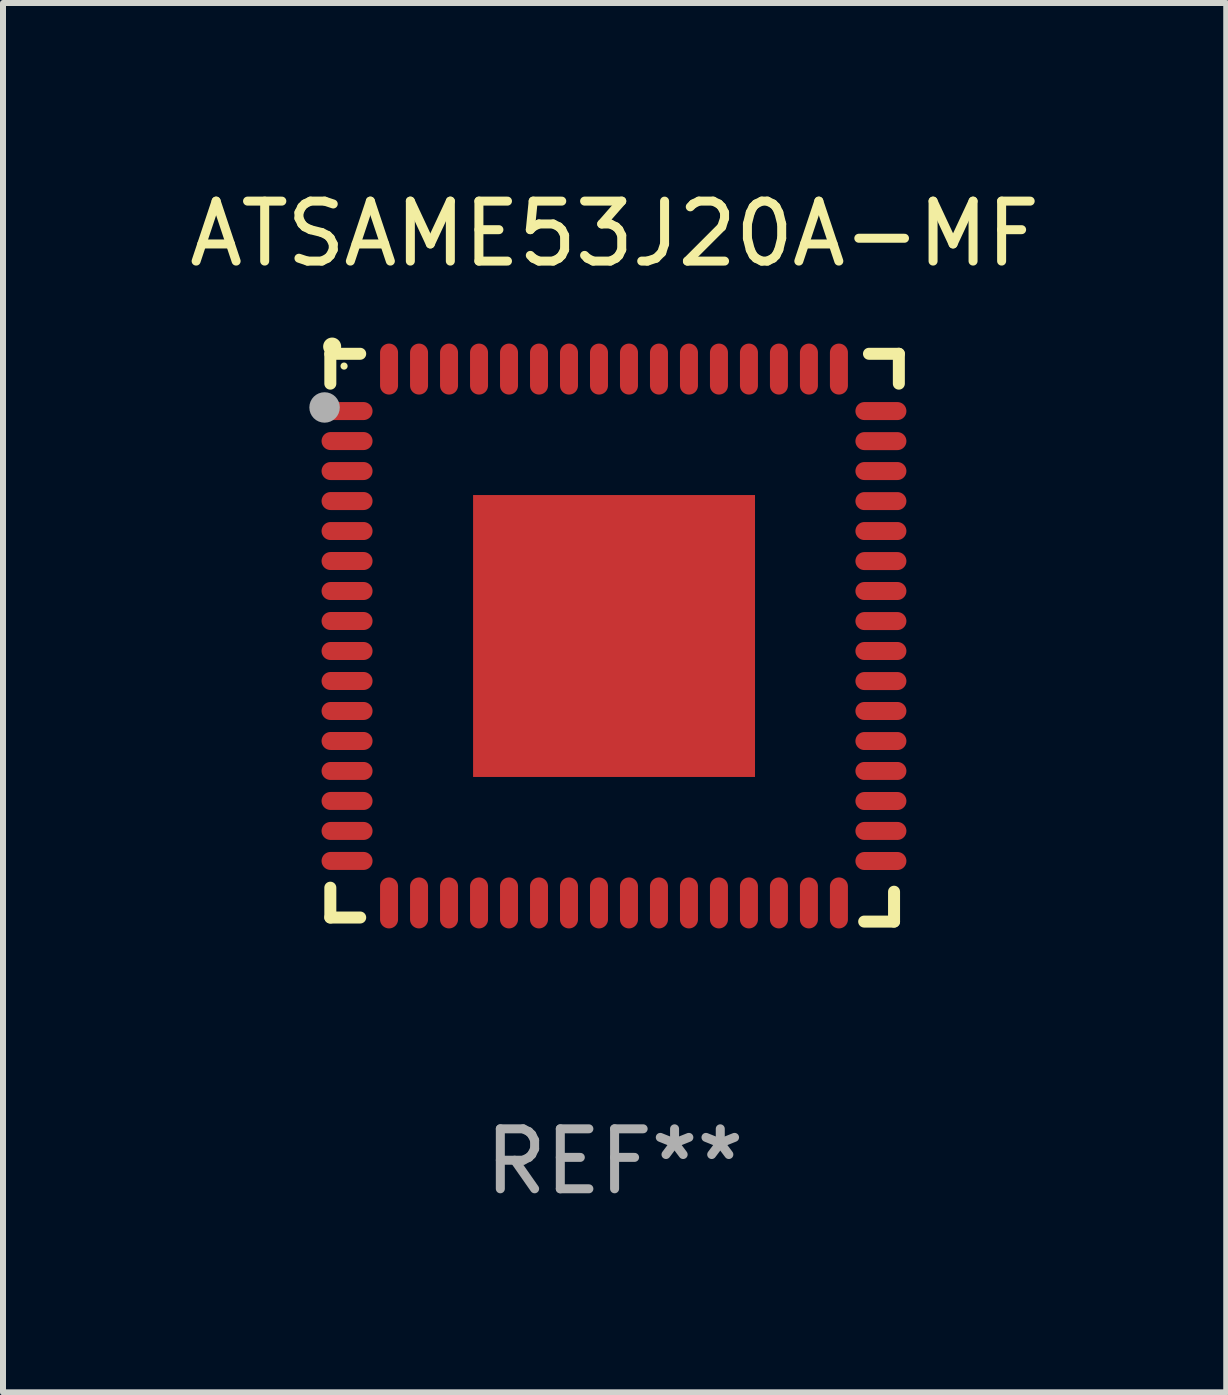
<source format=kicad_pcb>
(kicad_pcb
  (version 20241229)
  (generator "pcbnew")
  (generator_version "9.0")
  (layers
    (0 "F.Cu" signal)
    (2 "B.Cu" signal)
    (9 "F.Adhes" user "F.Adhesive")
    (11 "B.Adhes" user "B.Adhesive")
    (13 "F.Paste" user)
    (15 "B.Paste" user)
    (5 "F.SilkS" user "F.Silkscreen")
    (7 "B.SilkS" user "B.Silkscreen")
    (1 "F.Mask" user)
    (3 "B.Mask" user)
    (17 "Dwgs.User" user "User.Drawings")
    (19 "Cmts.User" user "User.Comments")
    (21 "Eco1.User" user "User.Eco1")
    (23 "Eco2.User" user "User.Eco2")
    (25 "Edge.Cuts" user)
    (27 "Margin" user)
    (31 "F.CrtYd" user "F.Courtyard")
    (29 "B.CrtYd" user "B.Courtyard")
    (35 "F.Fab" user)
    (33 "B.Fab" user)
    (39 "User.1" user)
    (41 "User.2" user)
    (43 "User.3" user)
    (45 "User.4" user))
  (footprint "ATSAME53J20A-MF"
    (layer "F.Cu")
    (at 7.196 7.581)
    (property "Reference" "ATSAME53J20A-MF" (at 0 -6.733 0) (layer "F.SilkS") (effects (font (size 1 1) (thickness 0.15))))
    (attr through_hole)
    (fp_line (start -4.739 -4.733) (end -4.241 -4.733) (stroke (width 0.2) (type solid)) (layer "F.SilkS"))
    (fp_line (start -4.739 -4.235) (end -4.739 -4.733) (stroke (width 0.2) (type solid)) (layer "F.SilkS"))
    (fp_line (start -4.739 4.168) (end -4.739 4.665) (stroke (width 0.2) (type solid)) (layer "F.SilkS"))
    (fp_line (start -4.739 4.665) (end -4.241 4.665) (stroke (width 0.2) (type solid)) (layer "F.SilkS"))
    (fp_line (start 4.161 4.733) (end 4.659 4.733) (stroke (width 0.2) (type solid)) (layer "F.SilkS"))
    (fp_line (start 4.241 -4.733) (end 4.739 -4.733) (stroke (width 0.2) (type solid)) (layer "F.SilkS"))
    (fp_line (start 4.659 4.733) (end 4.659 4.235) (stroke (width 0.2) (type solid)) (layer "F.SilkS"))
    (fp_line (start 4.739 -4.733) (end 4.739 -4.235) (stroke (width 0.2) (type solid)) (layer "F.SilkS"))
    (fp_arc (start -4.708623 -4.85108) (mid -4.708628 -4.85235) (end -4.708623 -4.85362) (stroke (width 0.3) (type solid)) (layer "F.SilkS"))
    (fp_circle (center -4.51 -4.528) (end -4.48 -4.528) (stroke (width 0.06) (type solid)) (fill no) (layer "F.SilkS"))
    (fp_circle (center -4.835 -3.838) (end -4.708 -3.838) (stroke (width 0.254) (type solid)) (fill no) (layer "F.Fab"))
    (fp_text user "REF**" (at 0 8.733 0) (layer "F.Fab") (effects (font (size 1 1) (thickness 0.15))))
    (pad "1" smd oval (at -4.46 -3.778) (size 0.85 0.3) (layers "F.Cu" "F.Mask" "F.Paste"))
    (pad "2" smd oval (at -4.46 -3.278) (size 0.85 0.3) (layers "F.Cu" "F.Mask" "F.Paste"))
    (pad "3" smd oval (at -4.46 -2.778) (size 0.85 0.3) (layers "F.Cu" "F.Mask" "F.Paste"))
    (pad "4" smd oval (at -4.46 -2.278) (size 0.85 0.3) (layers "F.Cu" "F.Mask" "F.Paste"))
    (pad "5" smd oval (at -4.46 -1.778) (size 0.85 0.3) (layers "F.Cu" "F.Mask" "F.Paste"))
    (pad "6" smd oval (at -4.46 -1.278) (size 0.85 0.3) (layers "F.Cu" "F.Mask" "F.Paste"))
    (pad "7" smd oval (at -4.46 -0.778) (size 0.85 0.3) (layers "F.Cu" "F.Mask" "F.Paste"))
    (pad "8" smd oval (at -4.46 -0.278) (size 0.85 0.3) (layers "F.Cu" "F.Mask" "F.Paste"))
    (pad "9" smd oval (at -4.46 0.222) (size 0.85 0.3) (layers "F.Cu" "F.Mask" "F.Paste"))
    (pad "10" smd oval (at -4.46 0.722) (size 0.85 0.3) (layers "F.Cu" "F.Mask" "F.Paste"))
    (pad "11" smd oval (at -4.46 1.222) (size 0.85 0.3) (layers "F.Cu" "F.Mask" "F.Paste"))
    (pad "12" smd oval (at -4.46 1.722) (size 0.85 0.3) (layers "F.Cu" "F.Mask" "F.Paste"))
    (pad "13" smd oval (at -4.46 2.222) (size 0.85 0.3) (layers "F.Cu" "F.Mask" "F.Paste"))
    (pad "14" smd oval (at -4.46 2.722) (size 0.85 0.3) (layers "F.Cu" "F.Mask" "F.Paste"))
    (pad "15" smd oval (at -4.46 3.222) (size 0.85 0.3) (layers "F.Cu" "F.Mask" "F.Paste"))
    (pad "16" smd oval (at -4.46 3.722) (size 0.85 0.3) (layers "F.Cu" "F.Mask" "F.Paste"))
    (pad "17" smd oval (at -3.76 4.422) (size 0.3 0.85) (layers "F.Cu" "F.Mask" "F.Paste"))
    (pad "18" smd oval (at -3.26 4.422) (size 0.3 0.85) (layers "F.Cu" "F.Mask" "F.Paste"))
    (pad "19" smd oval (at -2.76 4.422) (size 0.3 0.85) (layers "F.Cu" "F.Mask" "F.Paste"))
    (pad "20" smd oval (at -2.26 4.422) (size 0.3 0.85) (layers "F.Cu" "F.Mask" "F.Paste"))
    (pad "21" smd oval (at -1.76 4.422) (size 0.3 0.85) (layers "F.Cu" "F.Mask" "F.Paste"))
    (pad "22" smd oval (at -1.26 4.422) (size 0.3 0.85) (layers "F.Cu" "F.Mask" "F.Paste"))
    (pad "23" smd oval (at -0.76 4.422) (size 0.3 0.85) (layers "F.Cu" "F.Mask" "F.Paste"))
    (pad "24" smd oval (at -0.26 4.422) (size 0.3 0.85) (layers "F.Cu" "F.Mask" "F.Paste"))
    (pad "25" smd oval (at 0.24 4.422) (size 0.3 0.85) (layers "F.Cu" "F.Mask" "F.Paste"))
    (pad "26" smd oval (at 0.74 4.422) (size 0.3 0.85) (layers "F.Cu" "F.Mask" "F.Paste"))
    (pad "27" smd oval (at 1.24 4.422) (size 0.3 0.85) (layers "F.Cu" "F.Mask" "F.Paste"))
    (pad "28" smd oval (at 1.74 4.422) (size 0.3 0.85) (layers "F.Cu" "F.Mask" "F.Paste"))
    (pad "29" smd oval (at 2.24 4.422) (size 0.3 0.85) (layers "F.Cu" "F.Mask" "F.Paste"))
    (pad "30" smd oval (at 2.74 4.422) (size 0.3 0.85) (layers "F.Cu" "F.Mask" "F.Paste"))
    (pad "31" smd oval (at 3.24 4.422) (size 0.3 0.85) (layers "F.Cu" "F.Mask" "F.Paste"))
    (pad "32" smd oval (at 3.74 4.422) (size 0.3 0.85) (layers "F.Cu" "F.Mask" "F.Paste"))
    (pad "33" smd oval (at 4.44 3.723) (size 0.85 0.3) (layers "F.Cu" "F.Mask" "F.Paste"))
    (pad "34" smd oval (at 4.44 3.222) (size 0.85 0.3) (layers "F.Cu" "F.Mask" "F.Paste"))
    (pad "35" smd oval (at 4.44 2.723) (size 0.85 0.3) (layers "F.Cu" "F.Mask" "F.Paste"))
    (pad "36" smd oval (at 4.44 2.222) (size 0.85 0.3) (layers "F.Cu" "F.Mask" "F.Paste"))
    (pad "37" smd oval (at 4.44 1.723) (size 0.85 0.3) (layers "F.Cu" "F.Mask" "F.Paste"))
    (pad "38" smd oval (at 4.44 1.222) (size 0.85 0.3) (layers "F.Cu" "F.Mask" "F.Paste"))
    (pad "39" smd oval (at 4.44 0.723) (size 0.85 0.3) (layers "F.Cu" "F.Mask" "F.Paste"))
    (pad "40" smd oval (at 4.44 0.222) (size 0.85 0.3) (layers "F.Cu" "F.Mask" "F.Paste"))
    (pad "41" smd oval (at 4.44 -0.277) (size 0.85 0.3) (layers "F.Cu" "F.Mask" "F.Paste"))
    (pad "42" smd oval (at 4.44 -0.778) (size 0.85 0.3) (layers "F.Cu" "F.Mask" "F.Paste"))
    (pad "43" smd oval (at 4.44 -1.277) (size 0.85 0.3) (layers "F.Cu" "F.Mask" "F.Paste"))
    (pad "44" smd oval (at 4.44 -1.778) (size 0.85 0.3) (layers "F.Cu" "F.Mask" "F.Paste"))
    (pad "45" smd oval (at 4.44 -2.277) (size 0.85 0.3) (layers "F.Cu" "F.Mask" "F.Paste"))
    (pad "46" smd oval (at 4.44 -2.778) (size 0.85 0.3) (layers "F.Cu" "F.Mask" "F.Paste"))
    (pad "47" smd oval (at 4.44 -3.277) (size 0.85 0.3) (layers "F.Cu" "F.Mask" "F.Paste"))
    (pad "48" smd oval (at 4.44 -3.778) (size 0.85 0.3) (layers "F.Cu" "F.Mask" "F.Paste"))
    (pad "49" smd oval (at 3.74 -4.478) (size 0.3 0.85) (layers "F.Cu" "F.Mask" "F.Paste"))
    (pad "50" smd oval (at 3.24 -4.478) (size 0.3 0.85) (layers "F.Cu" "F.Mask" "F.Paste"))
    (pad "51" smd oval (at 2.74 -4.478) (size 0.3 0.85) (layers "F.Cu" "F.Mask" "F.Paste"))
    (pad "52" smd oval (at 2.24 -4.478) (size 0.3 0.85) (layers "F.Cu" "F.Mask" "F.Paste"))
    (pad "53" smd oval (at 1.74 -4.478) (size 0.3 0.85) (layers "F.Cu" "F.Mask" "F.Paste"))
    (pad "54" smd oval (at 1.24 -4.478) (size 0.3 0.85) (layers "F.Cu" "F.Mask" "F.Paste"))
    (pad "55" smd oval (at 0.74 -4.478) (size 0.3 0.85) (layers "F.Cu" "F.Mask" "F.Paste"))
    (pad "56" smd oval (at 0.24 -4.478) (size 0.3 0.85) (layers "F.Cu" "F.Mask" "F.Paste"))
    (pad "57" smd oval (at -0.26 -4.478) (size 0.3 0.85) (layers "F.Cu" "F.Mask" "F.Paste"))
    (pad "58" smd oval (at -0.76 -4.478) (size 0.3 0.85) (layers "F.Cu" "F.Mask" "F.Paste"))
    (pad "59" smd oval (at -1.26 -4.478) (size 0.3 0.85) (layers "F.Cu" "F.Mask" "F.Paste"))
    (pad "60" smd oval (at -1.76 -4.478) (size 0.3 0.85) (layers "F.Cu" "F.Mask" "F.Paste"))
    (pad "61" smd oval (at -2.26 -4.478) (size 0.3 0.85) (layers "F.Cu" "F.Mask" "F.Paste"))
    (pad "62" smd oval (at -2.76 -4.478) (size 0.3 0.85) (layers "F.Cu" "F.Mask" "F.Paste"))
    (pad "63" smd oval (at -3.26 -4.478) (size 0.3 0.85) (layers "F.Cu" "F.Mask" "F.Paste"))
    (pad "64" smd oval (at -3.76 -4.478) (size 0.3 0.85) (layers "F.Cu" "F.Mask" "F.Paste"))
    (pad "65" smd rect (at -0.009 -0.028 90) (size 4.7 4.7) (layers "F.Cu" "F.Mask" "F.Paste")))
  (gr_rect
    (start -3 -3)
    (end 17.393 20.162)
    (stroke (width 0.1) (type default))
    (fill no)
    (layer "Edge.Cuts")))
</source>
